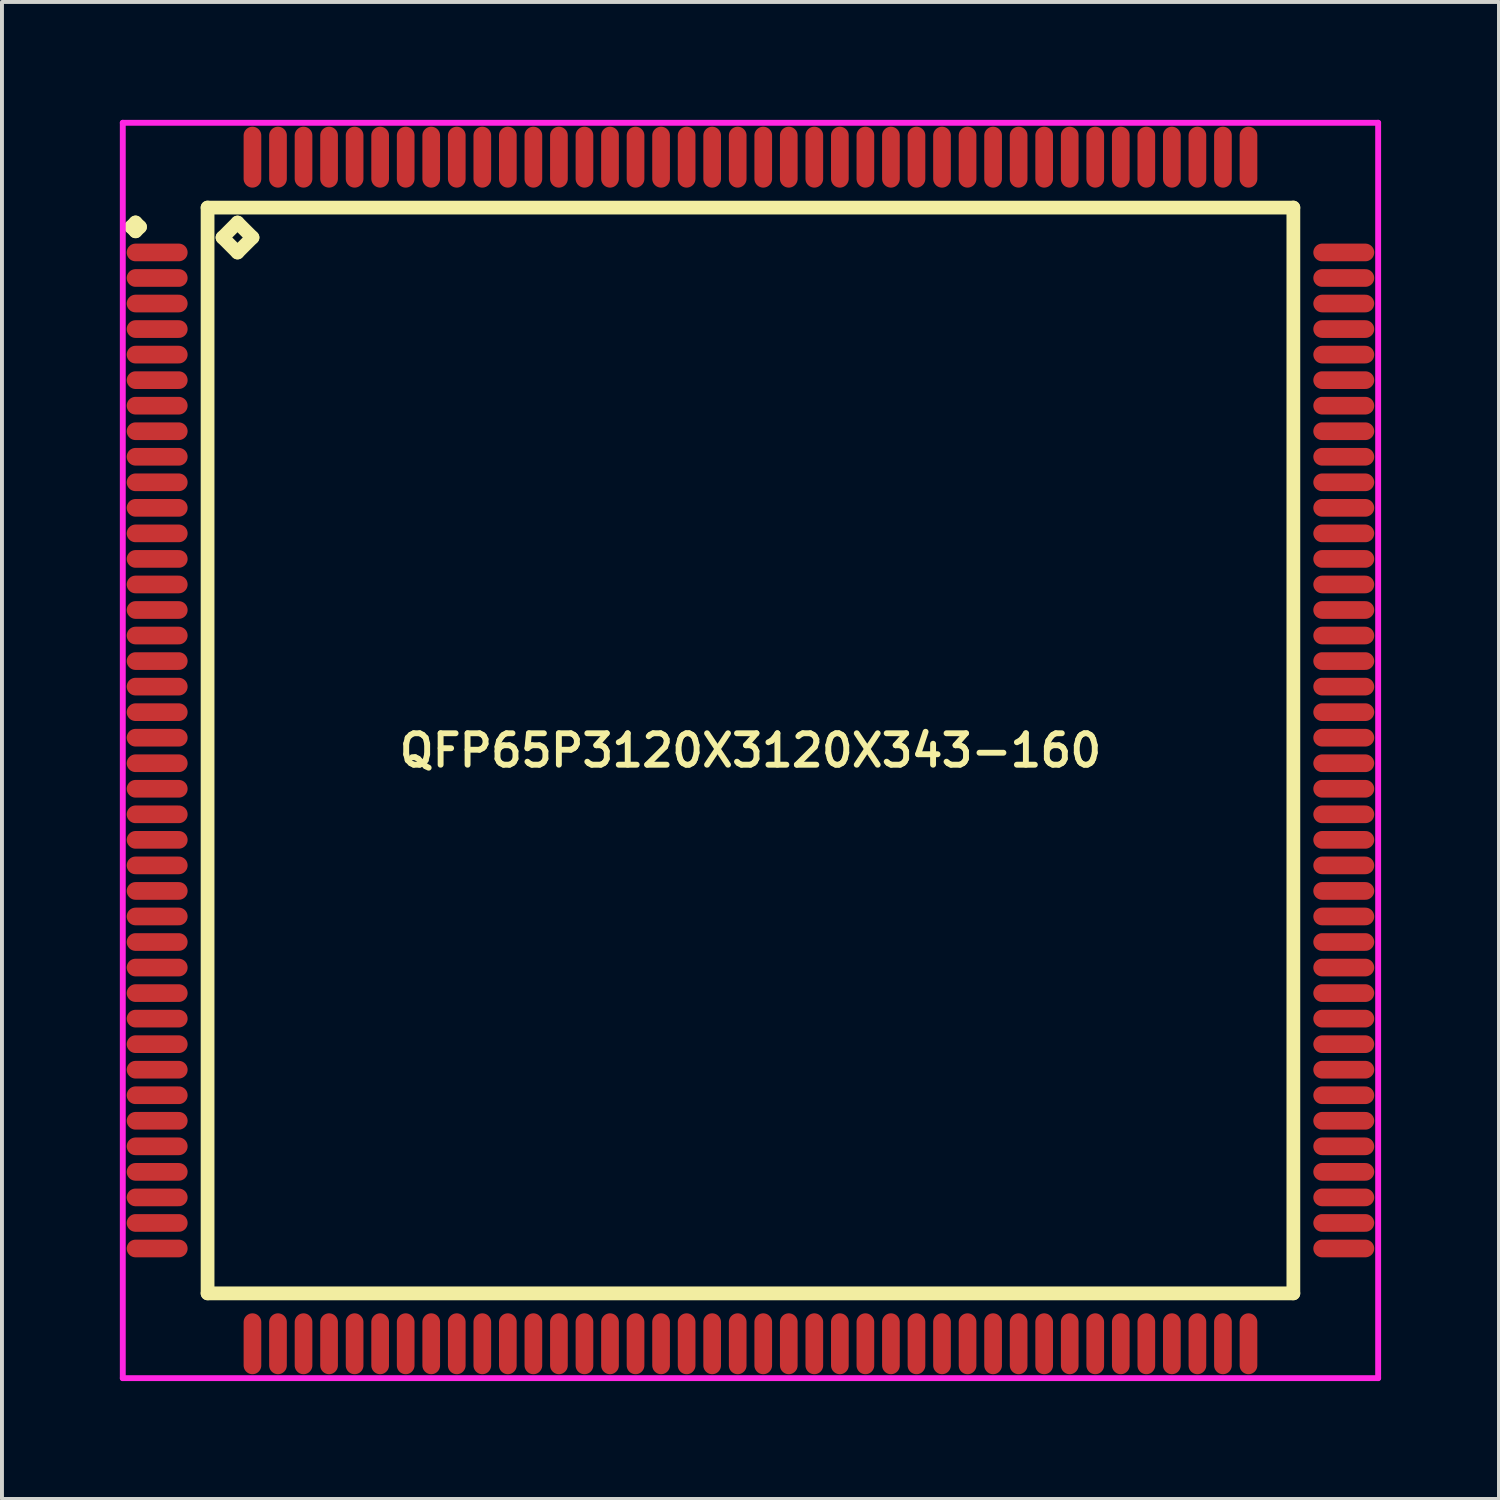
<source format=kicad_pcb>
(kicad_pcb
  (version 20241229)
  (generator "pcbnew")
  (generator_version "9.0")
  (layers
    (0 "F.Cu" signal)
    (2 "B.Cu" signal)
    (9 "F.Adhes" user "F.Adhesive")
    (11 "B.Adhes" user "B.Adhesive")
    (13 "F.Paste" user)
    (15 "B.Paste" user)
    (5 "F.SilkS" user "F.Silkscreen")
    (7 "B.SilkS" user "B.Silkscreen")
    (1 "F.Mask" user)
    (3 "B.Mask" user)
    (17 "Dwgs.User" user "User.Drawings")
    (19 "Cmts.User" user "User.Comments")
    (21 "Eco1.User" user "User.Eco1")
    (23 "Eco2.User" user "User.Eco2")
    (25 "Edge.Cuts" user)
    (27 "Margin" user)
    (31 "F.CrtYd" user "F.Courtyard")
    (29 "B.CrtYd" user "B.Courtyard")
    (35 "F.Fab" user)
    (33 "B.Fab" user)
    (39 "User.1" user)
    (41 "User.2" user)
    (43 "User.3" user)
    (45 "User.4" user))
  (footprint "QFP65P3120X3120X343-160"
    (layer "F.Cu")
    (at 16.05 16.05)
    (property "Reference" "QFP65P3120X3120X343-160" (at 0 0 0) (layer "F.SilkS") (effects (font (size 0.8 0.8) (thickness 0.15))))
    (attr smd)
    (fp_line (start -15.762 -13.325) (end -15.65 -13.438) (stroke (width 0.35) (type solid)) (layer "F.SilkS"))
    (fp_line (start -15.65 -13.438) (end -15.537 -13.325) (stroke (width 0.35) (type solid)) (layer "F.SilkS"))
    (fp_line (start -15.65 -13.213) (end -15.762 -13.325) (stroke (width 0.35) (type solid)) (layer "F.SilkS"))
    (fp_line (start -15.537 -13.325) (end -15.65 -13.213) (stroke (width 0.35) (type solid)) (layer "F.SilkS"))
    (fp_line (start -13.817 -13.817) (end -13.817 13.817) (stroke (width 0.35) (type solid)) (layer "F.SilkS"))
    (fp_line (start -13.817 13.817) (end 13.817 13.817) (stroke (width 0.35) (type solid)) (layer "F.SilkS"))
    (fp_line (start -13.436 -13.055) (end -13.055 -13.436) (stroke (width 0.35) (type solid)) (layer "F.SilkS"))
    (fp_line (start -13.055 -13.436) (end -12.674 -13.055) (stroke (width 0.35) (type solid)) (layer "F.SilkS"))
    (fp_line (start -13.055 -12.674) (end -13.436 -13.055) (stroke (width 0.35) (type solid)) (layer "F.SilkS"))
    (fp_line (start -12.674 -13.055) (end -13.055 -12.674) (stroke (width 0.35) (type solid)) (layer "F.SilkS"))
    (fp_line (start 13.817 -13.817) (end -13.817 -13.817) (stroke (width 0.35) (type solid)) (layer "F.SilkS"))
    (fp_line (start 13.817 13.817) (end 13.817 -13.817) (stroke (width 0.35) (type solid)) (layer "F.SilkS"))
    (fp_line (start -15.975 -15.975) (end 15.975 -15.975) (stroke (width 0.15) (type solid)) (layer "F.CrtYd"))
    (fp_line (start -15.975 15.975) (end -15.975 -15.975) (stroke (width 0.15) (type solid)) (layer "F.CrtYd"))
    (fp_line (start 15.975 -15.975) (end 15.975 15.975) (stroke (width 0.15) (type solid)) (layer "F.CrtYd"))
    (fp_line (start 15.975 15.975) (end -15.975 15.975) (stroke (width 0.15) (type solid)) (layer "F.CrtYd"))
    (pad "1" smd oval (at -15.1 -12.675) (size 1.55 0.45) (layers "F.Cu" "F.Mask" "F.Paste"))
    (pad "2" smd oval (at -15.1 -12.025) (size 1.55 0.45) (layers "F.Cu" "F.Mask" "F.Paste"))
    (pad "3" smd oval (at -15.1 -11.375) (size 1.55 0.45) (layers "F.Cu" "F.Mask" "F.Paste"))
    (pad "4" smd oval (at -15.1 -10.725) (size 1.55 0.45) (layers "F.Cu" "F.Mask" "F.Paste"))
    (pad "5" smd oval (at -15.1 -10.075) (size 1.55 0.45) (layers "F.Cu" "F.Mask" "F.Paste"))
    (pad "6" smd oval (at -15.1 -9.425) (size 1.55 0.45) (layers "F.Cu" "F.Mask" "F.Paste"))
    (pad "7" smd oval (at -15.1 -8.775) (size 1.55 0.45) (layers "F.Cu" "F.Mask" "F.Paste"))
    (pad "8" smd oval (at -15.1 -8.125) (size 1.55 0.45) (layers "F.Cu" "F.Mask" "F.Paste"))
    (pad "9" smd oval (at -15.1 -7.475) (size 1.55 0.45) (layers "F.Cu" "F.Mask" "F.Paste"))
    (pad "10" smd oval (at -15.1 -6.825) (size 1.55 0.45) (layers "F.Cu" "F.Mask" "F.Paste"))
    (pad "11" smd oval (at -15.1 -6.175) (size 1.55 0.45) (layers "F.Cu" "F.Mask" "F.Paste"))
    (pad "12" smd oval (at -15.1 -5.525) (size 1.55 0.45) (layers "F.Cu" "F.Mask" "F.Paste"))
    (pad "13" smd oval (at -15.1 -4.875) (size 1.55 0.45) (layers "F.Cu" "F.Mask" "F.Paste"))
    (pad "14" smd oval (at -15.1 -4.225) (size 1.55 0.45) (layers "F.Cu" "F.Mask" "F.Paste"))
    (pad "15" smd oval (at -15.1 -3.575) (size 1.55 0.45) (layers "F.Cu" "F.Mask" "F.Paste"))
    (pad "16" smd oval (at -15.1 -2.925) (size 1.55 0.45) (layers "F.Cu" "F.Mask" "F.Paste"))
    (pad "17" smd oval (at -15.1 -2.275) (size 1.55 0.45) (layers "F.Cu" "F.Mask" "F.Paste"))
    (pad "18" smd oval (at -15.1 -1.625) (size 1.55 0.45) (layers "F.Cu" "F.Mask" "F.Paste"))
    (pad "19" smd oval (at -15.1 -0.975) (size 1.55 0.45) (layers "F.Cu" "F.Mask" "F.Paste"))
    (pad "20" smd oval (at -15.1 -0.325) (size 1.55 0.45) (layers "F.Cu" "F.Mask" "F.Paste"))
    (pad "21" smd oval (at -15.1 0.325) (size 1.55 0.45) (layers "F.Cu" "F.Mask" "F.Paste"))
    (pad "22" smd oval (at -15.1 0.975) (size 1.55 0.45) (layers "F.Cu" "F.Mask" "F.Paste"))
    (pad "23" smd oval (at -15.1 1.625) (size 1.55 0.45) (layers "F.Cu" "F.Mask" "F.Paste"))
    (pad "24" smd oval (at -15.1 2.275) (size 1.55 0.45) (layers "F.Cu" "F.Mask" "F.Paste"))
    (pad "25" smd oval (at -15.1 2.925) (size 1.55 0.45) (layers "F.Cu" "F.Mask" "F.Paste"))
    (pad "26" smd oval (at -15.1 3.575) (size 1.55 0.45) (layers "F.Cu" "F.Mask" "F.Paste"))
    (pad "27" smd oval (at -15.1 4.225) (size 1.55 0.45) (layers "F.Cu" "F.Mask" "F.Paste"))
    (pad "28" smd oval (at -15.1 4.875) (size 1.55 0.45) (layers "F.Cu" "F.Mask" "F.Paste"))
    (pad "29" smd oval (at -15.1 5.525) (size 1.55 0.45) (layers "F.Cu" "F.Mask" "F.Paste"))
    (pad "30" smd oval (at -15.1 6.175) (size 1.55 0.45) (layers "F.Cu" "F.Mask" "F.Paste"))
    (pad "31" smd oval (at -15.1 6.825) (size 1.55 0.45) (layers "F.Cu" "F.Mask" "F.Paste"))
    (pad "32" smd oval (at -15.1 7.475) (size 1.55 0.45) (layers "F.Cu" "F.Mask" "F.Paste"))
    (pad "33" smd oval (at -15.1 8.125) (size 1.55 0.45) (layers "F.Cu" "F.Mask" "F.Paste"))
    (pad "34" smd oval (at -15.1 8.775) (size 1.55 0.45) (layers "F.Cu" "F.Mask" "F.Paste"))
    (pad "35" smd oval (at -15.1 9.425) (size 1.55 0.45) (layers "F.Cu" "F.Mask" "F.Paste"))
    (pad "36" smd oval (at -15.1 10.075) (size 1.55 0.45) (layers "F.Cu" "F.Mask" "F.Paste"))
    (pad "37" smd oval (at -15.1 10.725) (size 1.55 0.45) (layers "F.Cu" "F.Mask" "F.Paste"))
    (pad "38" smd oval (at -15.1 11.375) (size 1.55 0.45) (layers "F.Cu" "F.Mask" "F.Paste"))
    (pad "39" smd oval (at -15.1 12.025) (size 1.55 0.45) (layers "F.Cu" "F.Mask" "F.Paste"))
    (pad "40" smd oval (at -15.1 12.675) (size 1.55 0.45) (layers "F.Cu" "F.Mask" "F.Paste"))
    (pad "41" smd oval (at -12.675 15.1) (size 0.45 1.55) (layers "F.Cu" "F.Mask" "F.Paste"))
    (pad "42" smd oval (at -12.025 15.1) (size 0.45 1.55) (layers "F.Cu" "F.Mask" "F.Paste"))
    (pad "43" smd oval (at -11.375 15.1) (size 0.45 1.55) (layers "F.Cu" "F.Mask" "F.Paste"))
    (pad "44" smd oval (at -10.725 15.1) (size 0.45 1.55) (layers "F.Cu" "F.Mask" "F.Paste"))
    (pad "45" smd oval (at -10.075 15.1) (size 0.45 1.55) (layers "F.Cu" "F.Mask" "F.Paste"))
    (pad "46" smd oval (at -9.425 15.1) (size 0.45 1.55) (layers "F.Cu" "F.Mask" "F.Paste"))
    (pad "47" smd oval (at -8.775 15.1) (size 0.45 1.55) (layers "F.Cu" "F.Mask" "F.Paste"))
    (pad "48" smd oval (at -8.125 15.1) (size 0.45 1.55) (layers "F.Cu" "F.Mask" "F.Paste"))
    (pad "49" smd oval (at -7.475 15.1) (size 0.45 1.55) (layers "F.Cu" "F.Mask" "F.Paste"))
    (pad "50" smd oval (at -6.825 15.1) (size 0.45 1.55) (layers "F.Cu" "F.Mask" "F.Paste"))
    (pad "51" smd oval (at -6.175 15.1) (size 0.45 1.55) (layers "F.Cu" "F.Mask" "F.Paste"))
    (pad "52" smd oval (at -5.525 15.1) (size 0.45 1.55) (layers "F.Cu" "F.Mask" "F.Paste"))
    (pad "53" smd oval (at -4.875 15.1) (size 0.45 1.55) (layers "F.Cu" "F.Mask" "F.Paste"))
    (pad "54" smd oval (at -4.225 15.1) (size 0.45 1.55) (layers "F.Cu" "F.Mask" "F.Paste"))
    (pad "55" smd oval (at -3.575 15.1) (size 0.45 1.55) (layers "F.Cu" "F.Mask" "F.Paste"))
    (pad "56" smd oval (at -2.925 15.1) (size 0.45 1.55) (layers "F.Cu" "F.Mask" "F.Paste"))
    (pad "57" smd oval (at -2.275 15.1) (size 0.45 1.55) (layers "F.Cu" "F.Mask" "F.Paste"))
    (pad "58" smd oval (at -1.625 15.1) (size 0.45 1.55) (layers "F.Cu" "F.Mask" "F.Paste"))
    (pad "59" smd oval (at -0.975 15.1) (size 0.45 1.55) (layers "F.Cu" "F.Mask" "F.Paste"))
    (pad "60" smd oval (at -0.325 15.1) (size 0.45 1.55) (layers "F.Cu" "F.Mask" "F.Paste"))
    (pad "61" smd oval (at 0.325 15.1) (size 0.45 1.55) (layers "F.Cu" "F.Mask" "F.Paste"))
    (pad "62" smd oval (at 0.975 15.1) (size 0.45 1.55) (layers "F.Cu" "F.Mask" "F.Paste"))
    (pad "63" smd oval (at 1.625 15.1) (size 0.45 1.55) (layers "F.Cu" "F.Mask" "F.Paste"))
    (pad "64" smd oval (at 2.275 15.1) (size 0.45 1.55) (layers "F.Cu" "F.Mask" "F.Paste"))
    (pad "65" smd oval (at 2.925 15.1) (size 0.45 1.55) (layers "F.Cu" "F.Mask" "F.Paste"))
    (pad "66" smd oval (at 3.575 15.1) (size 0.45 1.55) (layers "F.Cu" "F.Mask" "F.Paste"))
    (pad "67" smd oval (at 4.225 15.1) (size 0.45 1.55) (layers "F.Cu" "F.Mask" "F.Paste"))
    (pad "68" smd oval (at 4.875 15.1) (size 0.45 1.55) (layers "F.Cu" "F.Mask" "F.Paste"))
    (pad "69" smd oval (at 5.525 15.1) (size 0.45 1.55) (layers "F.Cu" "F.Mask" "F.Paste"))
    (pad "70" smd oval (at 6.175 15.1) (size 0.45 1.55) (layers "F.Cu" "F.Mask" "F.Paste"))
    (pad "71" smd oval (at 6.825 15.1) (size 0.45 1.55) (layers "F.Cu" "F.Mask" "F.Paste"))
    (pad "72" smd oval (at 7.475 15.1) (size 0.45 1.55) (layers "F.Cu" "F.Mask" "F.Paste"))
    (pad "73" smd oval (at 8.125 15.1) (size 0.45 1.55) (layers "F.Cu" "F.Mask" "F.Paste"))
    (pad "74" smd oval (at 8.775 15.1) (size 0.45 1.55) (layers "F.Cu" "F.Mask" "F.Paste"))
    (pad "75" smd oval (at 9.425 15.1) (size 0.45 1.55) (layers "F.Cu" "F.Mask" "F.Paste"))
    (pad "76" smd oval (at 10.075 15.1) (size 0.45 1.55) (layers "F.Cu" "F.Mask" "F.Paste"))
    (pad "77" smd oval (at 10.725 15.1) (size 0.45 1.55) (layers "F.Cu" "F.Mask" "F.Paste"))
    (pad "78" smd oval (at 11.375 15.1) (size 0.45 1.55) (layers "F.Cu" "F.Mask" "F.Paste"))
    (pad "79" smd oval (at 12.025 15.1) (size 0.45 1.55) (layers "F.Cu" "F.Mask" "F.Paste"))
    (pad "80" smd oval (at 12.675 15.1) (size 0.45 1.55) (layers "F.Cu" "F.Mask" "F.Paste"))
    (pad "81" smd oval (at 15.1 12.675) (size 1.55 0.45) (layers "F.Cu" "F.Mask" "F.Paste"))
    (pad "82" smd oval (at 15.1 12.025) (size 1.55 0.45) (layers "F.Cu" "F.Mask" "F.Paste"))
    (pad "83" smd oval (at 15.1 11.375) (size 1.55 0.45) (layers "F.Cu" "F.Mask" "F.Paste"))
    (pad "84" smd oval (at 15.1 10.725) (size 1.55 0.45) (layers "F.Cu" "F.Mask" "F.Paste"))
    (pad "85" smd oval (at 15.1 10.075) (size 1.55 0.45) (layers "F.Cu" "F.Mask" "F.Paste"))
    (pad "86" smd oval (at 15.1 9.425) (size 1.55 0.45) (layers "F.Cu" "F.Mask" "F.Paste"))
    (pad "87" smd oval (at 15.1 8.775) (size 1.55 0.45) (layers "F.Cu" "F.Mask" "F.Paste"))
    (pad "88" smd oval (at 15.1 8.125) (size 1.55 0.45) (layers "F.Cu" "F.Mask" "F.Paste"))
    (pad "89" smd oval (at 15.1 7.475) (size 1.55 0.45) (layers "F.Cu" "F.Mask" "F.Paste"))
    (pad "90" smd oval (at 15.1 6.825) (size 1.55 0.45) (layers "F.Cu" "F.Mask" "F.Paste"))
    (pad "91" smd oval (at 15.1 6.175) (size 1.55 0.45) (layers "F.Cu" "F.Mask" "F.Paste"))
    (pad "92" smd oval (at 15.1 5.525) (size 1.55 0.45) (layers "F.Cu" "F.Mask" "F.Paste"))
    (pad "93" smd oval (at 15.1 4.875) (size 1.55 0.45) (layers "F.Cu" "F.Mask" "F.Paste"))
    (pad "94" smd oval (at 15.1 4.225) (size 1.55 0.45) (layers "F.Cu" "F.Mask" "F.Paste"))
    (pad "95" smd oval (at 15.1 3.575) (size 1.55 0.45) (layers "F.Cu" "F.Mask" "F.Paste"))
    (pad "96" smd oval (at 15.1 2.925) (size 1.55 0.45) (layers "F.Cu" "F.Mask" "F.Paste"))
    (pad "97" smd oval (at 15.1 2.275) (size 1.55 0.45) (layers "F.Cu" "F.Mask" "F.Paste"))
    (pad "98" smd oval (at 15.1 1.625) (size 1.55 0.45) (layers "F.Cu" "F.Mask" "F.Paste"))
    (pad "99" smd oval (at 15.1 0.975) (size 1.55 0.45) (layers "F.Cu" "F.Mask" "F.Paste"))
    (pad "100" smd oval (at 15.1 0.325) (size 1.55 0.45) (layers "F.Cu" "F.Mask" "F.Paste"))
    (pad "101" smd oval (at 15.1 -0.325) (size 1.55 0.45) (layers "F.Cu" "F.Mask" "F.Paste"))
    (pad "102" smd oval (at 15.1 -0.975) (size 1.55 0.45) (layers "F.Cu" "F.Mask" "F.Paste"))
    (pad "103" smd oval (at 15.1 -1.625) (size 1.55 0.45) (layers "F.Cu" "F.Mask" "F.Paste"))
    (pad "104" smd oval (at 15.1 -2.275) (size 1.55 0.45) (layers "F.Cu" "F.Mask" "F.Paste"))
    (pad "105" smd oval (at 15.1 -2.925) (size 1.55 0.45) (layers "F.Cu" "F.Mask" "F.Paste"))
    (pad "106" smd oval (at 15.1 -3.575) (size 1.55 0.45) (layers "F.Cu" "F.Mask" "F.Paste"))
    (pad "107" smd oval (at 15.1 -4.225) (size 1.55 0.45) (layers "F.Cu" "F.Mask" "F.Paste"))
    (pad "108" smd oval (at 15.1 -4.875) (size 1.55 0.45) (layers "F.Cu" "F.Mask" "F.Paste"))
    (pad "109" smd oval (at 15.1 -5.525) (size 1.55 0.45) (layers "F.Cu" "F.Mask" "F.Paste"))
    (pad "110" smd oval (at 15.1 -6.175) (size 1.55 0.45) (layers "F.Cu" "F.Mask" "F.Paste"))
    (pad "111" smd oval (at 15.1 -6.825) (size 1.55 0.45) (layers "F.Cu" "F.Mask" "F.Paste"))
    (pad "112" smd oval (at 15.1 -7.475) (size 1.55 0.45) (layers "F.Cu" "F.Mask" "F.Paste"))
    (pad "113" smd oval (at 15.1 -8.125) (size 1.55 0.45) (layers "F.Cu" "F.Mask" "F.Paste"))
    (pad "114" smd oval (at 15.1 -8.775) (size 1.55 0.45) (layers "F.Cu" "F.Mask" "F.Paste"))
    (pad "115" smd oval (at 15.1 -9.425) (size 1.55 0.45) (layers "F.Cu" "F.Mask" "F.Paste"))
    (pad "116" smd oval (at 15.1 -10.075) (size 1.55 0.45) (layers "F.Cu" "F.Mask" "F.Paste"))
    (pad "117" smd oval (at 15.1 -10.725) (size 1.55 0.45) (layers "F.Cu" "F.Mask" "F.Paste"))
    (pad "118" smd oval (at 15.1 -11.375) (size 1.55 0.45) (layers "F.Cu" "F.Mask" "F.Paste"))
    (pad "119" smd oval (at 15.1 -12.025) (size 1.55 0.45) (layers "F.Cu" "F.Mask" "F.Paste"))
    (pad "120" smd oval (at 15.1 -12.675) (size 1.55 0.45) (layers "F.Cu" "F.Mask" "F.Paste"))
    (pad "121" smd oval (at 12.675 -15.1) (size 0.45 1.55) (layers "F.Cu" "F.Mask" "F.Paste"))
    (pad "122" smd oval (at 12.025 -15.1) (size 0.45 1.55) (layers "F.Cu" "F.Mask" "F.Paste"))
    (pad "123" smd oval (at 11.375 -15.1) (size 0.45 1.55) (layers "F.Cu" "F.Mask" "F.Paste"))
    (pad "124" smd oval (at 10.725 -15.1) (size 0.45 1.55) (layers "F.Cu" "F.Mask" "F.Paste"))
    (pad "125" smd oval (at 10.075 -15.1) (size 0.45 1.55) (layers "F.Cu" "F.Mask" "F.Paste"))
    (pad "126" smd oval (at 9.425 -15.1) (size 0.45 1.55) (layers "F.Cu" "F.Mask" "F.Paste"))
    (pad "127" smd oval (at 8.775 -15.1) (size 0.45 1.55) (layers "F.Cu" "F.Mask" "F.Paste"))
    (pad "128" smd oval (at 8.125 -15.1) (size 0.45 1.55) (layers "F.Cu" "F.Mask" "F.Paste"))
    (pad "129" smd oval (at 7.475 -15.1) (size 0.45 1.55) (layers "F.Cu" "F.Mask" "F.Paste"))
    (pad "130" smd oval (at 6.825 -15.1) (size 0.45 1.55) (layers "F.Cu" "F.Mask" "F.Paste"))
    (pad "131" smd oval (at 6.175 -15.1) (size 0.45 1.55) (layers "F.Cu" "F.Mask" "F.Paste"))
    (pad "132" smd oval (at 5.525 -15.1) (size 0.45 1.55) (layers "F.Cu" "F.Mask" "F.Paste"))
    (pad "133" smd oval (at 4.875 -15.1) (size 0.45 1.55) (layers "F.Cu" "F.Mask" "F.Paste"))
    (pad "134" smd oval (at 4.225 -15.1) (size 0.45 1.55) (layers "F.Cu" "F.Mask" "F.Paste"))
    (pad "135" smd oval (at 3.575 -15.1) (size 0.45 1.55) (layers "F.Cu" "F.Mask" "F.Paste"))
    (pad "136" smd oval (at 2.925 -15.1) (size 0.45 1.55) (layers "F.Cu" "F.Mask" "F.Paste"))
    (pad "137" smd oval (at 2.275 -15.1) (size 0.45 1.55) (layers "F.Cu" "F.Mask" "F.Paste"))
    (pad "138" smd oval (at 1.625 -15.1) (size 0.45 1.55) (layers "F.Cu" "F.Mask" "F.Paste"))
    (pad "139" smd oval (at 0.975 -15.1) (size 0.45 1.55) (layers "F.Cu" "F.Mask" "F.Paste"))
    (pad "140" smd oval (at 0.325 -15.1) (size 0.45 1.55) (layers "F.Cu" "F.Mask" "F.Paste"))
    (pad "141" smd oval (at -0.325 -15.1) (size 0.45 1.55) (layers "F.Cu" "F.Mask" "F.Paste"))
    (pad "142" smd oval (at -0.975 -15.1) (size 0.45 1.55) (layers "F.Cu" "F.Mask" "F.Paste"))
    (pad "143" smd oval (at -1.625 -15.1) (size 0.45 1.55) (layers "F.Cu" "F.Mask" "F.Paste"))
    (pad "144" smd oval (at -2.275 -15.1) (size 0.45 1.55) (layers "F.Cu" "F.Mask" "F.Paste"))
    (pad "145" smd oval (at -2.925 -15.1) (size 0.45 1.55) (layers "F.Cu" "F.Mask" "F.Paste"))
    (pad "146" smd oval (at -3.575 -15.1) (size 0.45 1.55) (layers "F.Cu" "F.Mask" "F.Paste"))
    (pad "147" smd oval (at -4.225 -15.1) (size 0.45 1.55) (layers "F.Cu" "F.Mask" "F.Paste"))
    (pad "148" smd oval (at -4.875 -15.1) (size 0.45 1.55) (layers "F.Cu" "F.Mask" "F.Paste"))
    (pad "149" smd oval (at -5.525 -15.1) (size 0.45 1.55) (layers "F.Cu" "F.Mask" "F.Paste"))
    (pad "150" smd oval (at -6.175 -15.1) (size 0.45 1.55) (layers "F.Cu" "F.Mask" "F.Paste"))
    (pad "151" smd oval (at -6.825 -15.1) (size 0.45 1.55) (layers "F.Cu" "F.Mask" "F.Paste"))
    (pad "152" smd oval (at -7.475 -15.1) (size 0.45 1.55) (layers "F.Cu" "F.Mask" "F.Paste"))
    (pad "153" smd oval (at -8.125 -15.1) (size 0.45 1.55) (layers "F.Cu" "F.Mask" "F.Paste"))
    (pad "154" smd oval (at -8.775 -15.1) (size 0.45 1.55) (layers "F.Cu" "F.Mask" "F.Paste"))
    (pad "155" smd oval (at -9.425 -15.1) (size 0.45 1.55) (layers "F.Cu" "F.Mask" "F.Paste"))
    (pad "156" smd oval (at -10.075 -15.1) (size 0.45 1.55) (layers "F.Cu" "F.Mask" "F.Paste"))
    (pad "157" smd oval (at -10.725 -15.1) (size 0.45 1.55) (layers "F.Cu" "F.Mask" "F.Paste"))
    (pad "158" smd oval (at -11.375 -15.1) (size 0.45 1.55) (layers "F.Cu" "F.Mask" "F.Paste"))
    (pad "159" smd oval (at -12.025 -15.1) (size 0.45 1.55) (layers "F.Cu" "F.Mask" "F.Paste"))
    (pad "160" smd oval (at -12.675 -15.1) (size 0.45 1.55) (layers "F.Cu" "F.Mask" "F.Paste")))
  (gr_rect
    (start -3 -3)
    (end 35.1 35.1)
    (stroke (width 0.1) (type default))
    (fill no)
    (layer "Edge.Cuts")))
</source>
